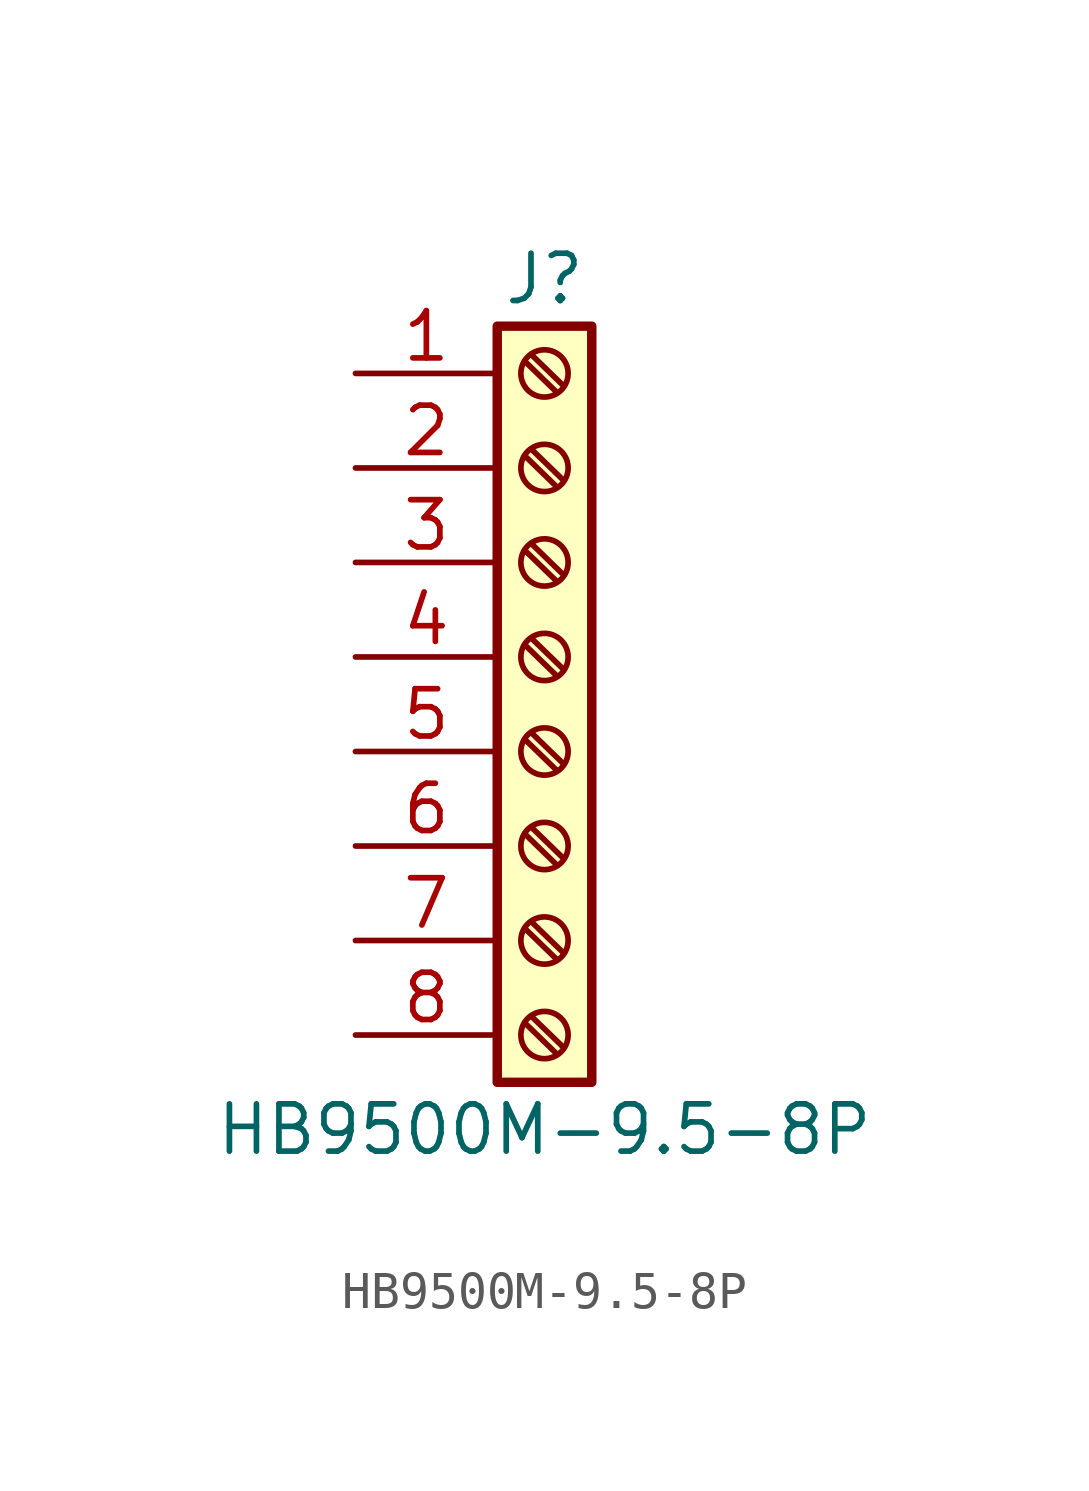
<source format=kicad_sym>
(kicad_symbol_lib
  (version 20241209)
  (generator "kicad_symbol_editor")
  (generator_version "9.0")
  (symbol "HB9500M-9.5-8P"
    (pin_names
      (offset 1.016)
      (hide yes))
    (property "Reference" "J"
      (at 0 10.16 0)
      (effects (font (size 1.27 1.27))))
    (property "Value" "HB9500M-9.5-8P"
      (at 0 -12.7 0)
      (effects (font (size 1.27 1.27))))
    (symbol "HB9500M-9.5-8P_1_1"
      (rectangle (start -1.27 8.89) (end 1.27 -11.43) (stroke (width 0.254) (type default)) (fill (type background)))
      (polyline (pts (xy -0.533 7.95) (xy 0.33 7.112)) (stroke (width 0.152) (type default)) (fill (type none)))
      (polyline (pts (xy -0.533 5.41) (xy 0.33 4.572)) (stroke (width 0.152) (type default)) (fill (type none)))
      (polyline (pts (xy -0.533 2.87) (xy 0.33 2.032)) (stroke (width 0.152) (type default)) (fill (type none)))
      (polyline (pts (xy -0.533 0.33) (xy 0.33 -0.508)) (stroke (width 0.152) (type default)) (fill (type none)))
      (polyline (pts (xy -0.533 -2.21) (xy 0.33 -3.048)) (stroke (width 0.152) (type default)) (fill (type none)))
      (polyline (pts (xy -0.533 -4.75) (xy 0.33 -5.588)) (stroke (width 0.152) (type default)) (fill (type none)))
      (polyline (pts (xy -0.533 -7.29) (xy 0.33 -8.128)) (stroke (width 0.152) (type default)) (fill (type none)))
      (polyline (pts (xy -0.533 -9.83) (xy 0.33 -10.668)) (stroke (width 0.152) (type default)) (fill (type none)))
      (polyline (pts (xy -0.356 8.128) (xy 0.508 7.29)) (stroke (width 0.152) (type default)) (fill (type none)))
      (polyline (pts (xy -0.356 5.588) (xy 0.508 4.75)) (stroke (width 0.152) (type default)) (fill (type none)))
      (polyline (pts (xy -0.356 3.048) (xy 0.508 2.21)) (stroke (width 0.152) (type default)) (fill (type none)))
      (polyline (pts (xy -0.356 0.508) (xy 0.508 -0.33)) (stroke (width 0.152) (type default)) (fill (type none)))
      (polyline (pts (xy -0.356 -2.032) (xy 0.508 -2.87)) (stroke (width 0.152) (type default)) (fill (type none)))
      (polyline (pts (xy -0.356 -4.572) (xy 0.508 -5.41)) (stroke (width 0.152) (type default)) (fill (type none)))
      (polyline (pts (xy -0.356 -7.112) (xy 0.508 -7.95)) (stroke (width 0.152) (type default)) (fill (type none)))
      (polyline (pts (xy -0.356 -9.652) (xy 0.508 -10.49)) (stroke (width 0.152) (type default)) (fill (type none)))
      (circle (center 0 7.62) (radius 0.635) (stroke (width 0.152) (type default)) (fill (type none)))
      (circle (center 0 5.08) (radius 0.635) (stroke (width 0.152) (type default)) (fill (type none)))
      (circle (center 0 2.54) (radius 0.635) (stroke (width 0.152) (type default)) (fill (type none)))
      (circle (center 0 0) (radius 0.635) (stroke (width 0.152) (type default)) (fill (type none)))
      (circle (center 0 -2.54) (radius 0.635) (stroke (width 0.152) (type default)) (fill (type none)))
      (circle (center 0 -5.08) (radius 0.635) (stroke (width 0.152) (type default)) (fill (type none)))
      (circle (center 0 -7.62) (radius 0.635) (stroke (width 0.152) (type default)) (fill (type none)))
      (circle (center 0 -10.16) (radius 0.635) (stroke (width 0.152) (type default)) (fill (type none)))
      (pin passive line (at -5.08 7.62 0) (length 3.81) (name "Pin_1" (effects (font (size 1.27 1.27)))) (number "1" (effects (font (size 1.27 1.27)))))
      (pin passive line (at -5.08 5.08 0) (length 3.81) (name "Pin_2" (effects (font (size 1.27 1.27)))) (number "2" (effects (font (size 1.27 1.27)))))
      (pin passive line (at -5.08 2.54 0) (length 3.81) (name "Pin_3" (effects (font (size 1.27 1.27)))) (number "3" (effects (font (size 1.27 1.27)))))
      (pin passive line (at -5.08 0 0) (length 3.81) (name "Pin_4" (effects (font (size 1.27 1.27)))) (number "4" (effects (font (size 1.27 1.27)))))
      (pin passive line (at -5.08 -2.54 0) (length 3.81) (name "Pin_5" (effects (font (size 1.27 1.27)))) (number "5" (effects (font (size 1.27 1.27)))))
      (pin passive line (at -5.08 -5.08 0) (length 3.81) (name "Pin_6" (effects (font (size 1.27 1.27)))) (number "6" (effects (font (size 1.27 1.27)))))
      (pin passive line (at -5.08 -7.62 0) (length 3.81) (name "Pin_7" (effects (font (size 1.27 1.27)))) (number "7" (effects (font (size 1.27 1.27)))))
      (pin passive line (at -5.08 -10.16 0) (length 3.81) (name "Pin_8" (effects (font (size 1.27 1.27)))) (number "8" (effects (font (size 1.27 1.27))))))))
</source>
